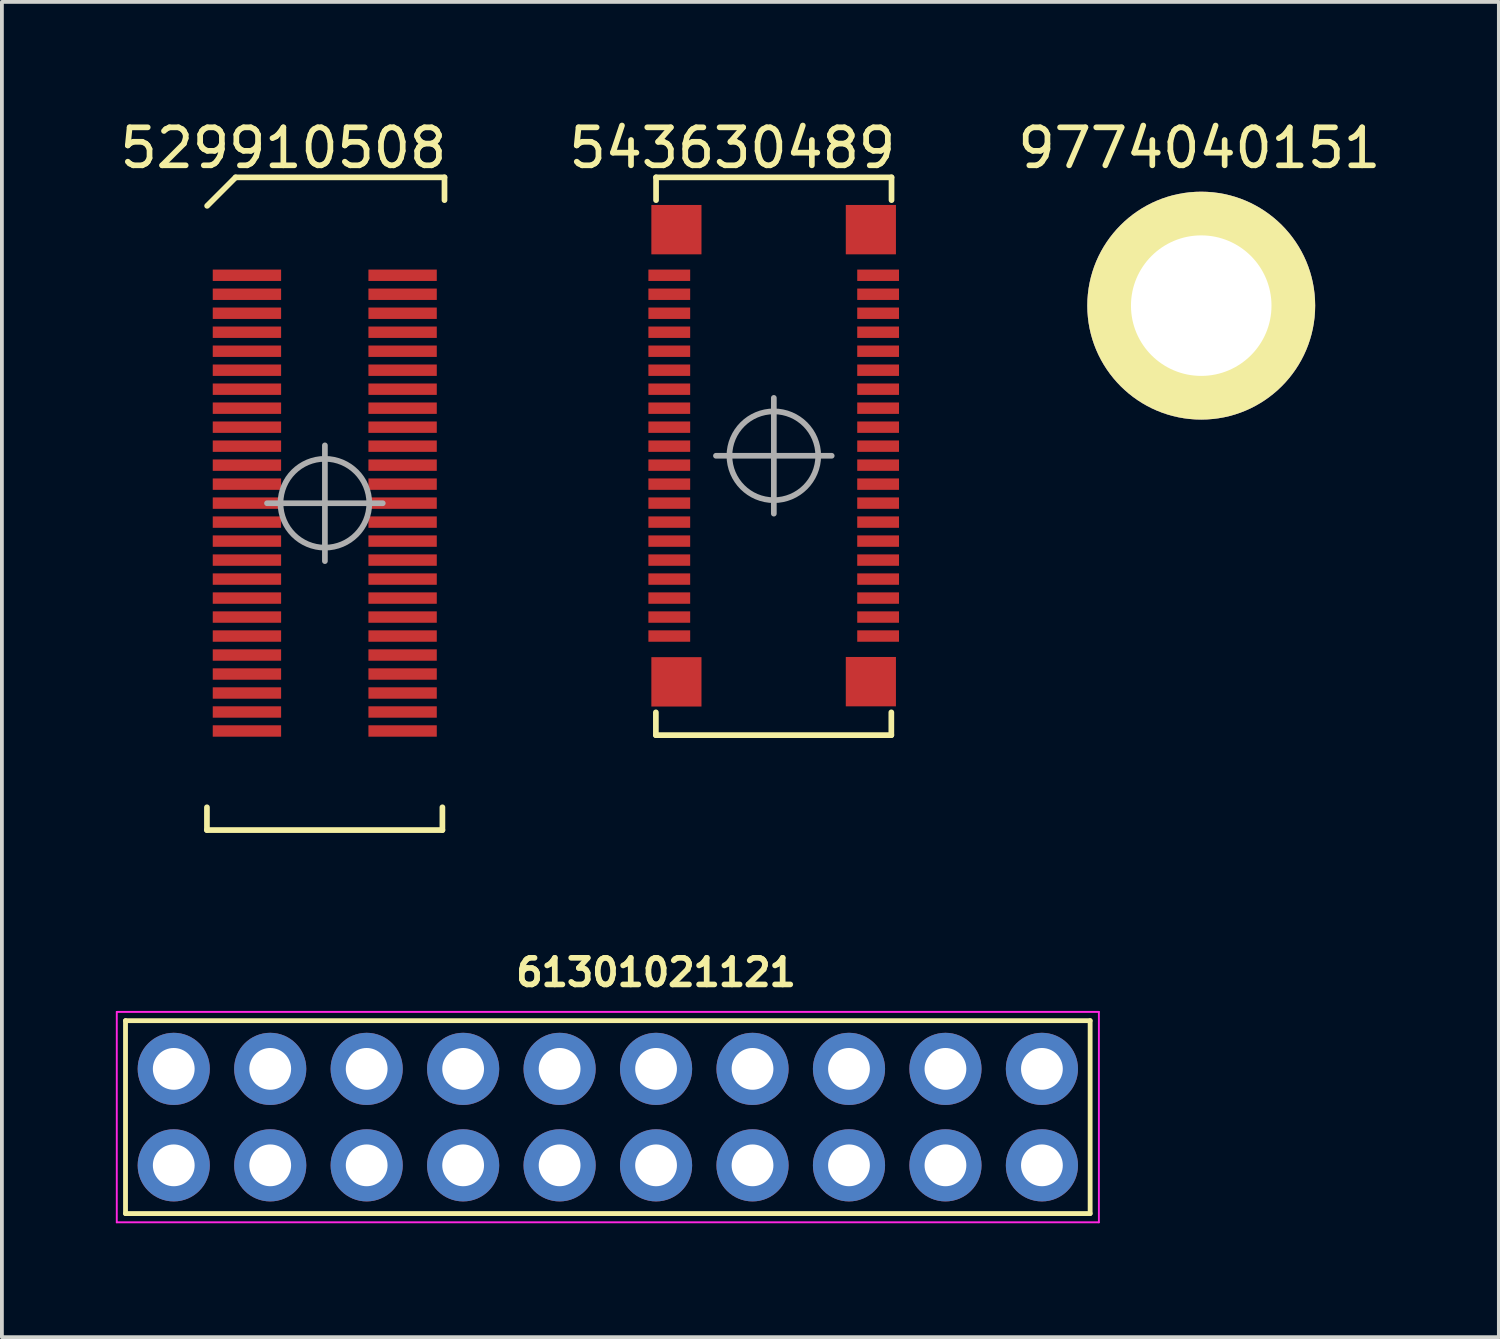
<source format=kicad_pcb>
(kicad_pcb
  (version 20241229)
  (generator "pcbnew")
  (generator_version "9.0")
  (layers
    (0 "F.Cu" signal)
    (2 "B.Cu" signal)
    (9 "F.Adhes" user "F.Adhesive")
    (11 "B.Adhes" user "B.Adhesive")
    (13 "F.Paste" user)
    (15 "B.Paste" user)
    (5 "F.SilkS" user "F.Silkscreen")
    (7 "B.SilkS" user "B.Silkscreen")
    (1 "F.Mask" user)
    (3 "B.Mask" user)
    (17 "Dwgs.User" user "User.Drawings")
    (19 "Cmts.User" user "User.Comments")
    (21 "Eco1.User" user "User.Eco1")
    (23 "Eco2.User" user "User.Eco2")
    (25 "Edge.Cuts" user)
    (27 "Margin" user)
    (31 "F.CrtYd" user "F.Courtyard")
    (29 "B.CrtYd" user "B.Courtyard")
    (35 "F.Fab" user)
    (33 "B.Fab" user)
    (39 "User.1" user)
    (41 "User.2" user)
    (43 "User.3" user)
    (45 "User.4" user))
  (footprint "61301021121"
    (layer "F.Cu")
    (at 12.955 27.635)
    (property "Reference" "61301021121" (at 1.27 -5.08 0) (layer "F.SilkS") (effects (font (size 0.7 0.7) (thickness 0.15))))
    (attr through_hole)
    (fp_line (start -12.7 -3.81) (end -12.7 1.27) (stroke (width 0.127) (type solid)) (layer "F.SilkS"))
    (fp_line (start -12.7 1.27) (end 12.7 1.27) (stroke (width 0.127) (type solid)) (layer "F.SilkS"))
    (fp_line (start 12.7 -3.81) (end -12.7 -3.81) (stroke (width 0.127) (type solid)) (layer "F.SilkS"))
    (fp_line (start 12.7 1.27) (end 12.7 -3.81) (stroke (width 0.127) (type solid)) (layer "F.SilkS"))
    (fp_line (start -12.93 -4.04) (end 12.93 -4.04) (stroke (width 0.05) (type solid)) (layer "F.CrtYd"))
    (fp_line (start -12.93 1.5) (end -12.93 -4.04) (stroke (width 0.05) (type solid)) (layer "F.CrtYd"))
    (fp_line (start 12.93 -4.04) (end 12.93 1.5) (stroke (width 0.05) (type solid)) (layer "F.CrtYd"))
    (fp_line (start 12.93 1.5) (end -12.93 1.5) (stroke (width 0.05) (type solid)) (layer "F.CrtYd"))
    (pad "1" thru_hole circle (at -11.43 -2.54) (size 1.9 1.9) (drill 1.1) (layers "*.Cu" "*.Mask"))
    (pad "2" thru_hole circle (at -11.43 0) (size 1.9 1.9) (drill 1.1) (layers "*.Cu" "*.Mask"))
    (pad "3" thru_hole circle (at -8.89 -2.54) (size 1.9 1.9) (drill 1.1) (layers "*.Cu" "*.Mask"))
    (pad "4" thru_hole circle (at -8.89 0) (size 1.9 1.9) (drill 1.1) (layers "*.Cu" "*.Mask"))
    (pad "5" thru_hole circle (at -6.35 -2.54) (size 1.9 1.9) (drill 1.1) (layers "*.Cu" "*.Mask"))
    (pad "6" thru_hole circle (at -6.35 0) (size 1.9 1.9) (drill 1.1) (layers "*.Cu" "*.Mask"))
    (pad "7" thru_hole circle (at -3.81 -2.54) (size 1.9 1.9) (drill 1.1) (layers "*.Cu" "*.Mask"))
    (pad "8" thru_hole circle (at -3.81 0) (size 1.9 1.9) (drill 1.1) (layers "*.Cu" "*.Mask"))
    (pad "9" thru_hole circle (at -1.27 -2.54) (size 1.9 1.9) (drill 1.1) (layers "*.Cu" "*.Mask"))
    (pad "10" thru_hole circle (at -1.27 0) (size 1.9 1.9) (drill 1.1) (layers "*.Cu" "*.Mask"))
    (pad "11" thru_hole circle (at 1.27 -2.54) (size 1.9 1.9) (drill 1.1) (layers "*.Cu" "*.Mask"))
    (pad "12" thru_hole circle (at 1.27 0) (size 1.9 1.9) (drill 1.1) (layers "*.Cu" "*.Mask"))
    (pad "13" thru_hole circle (at 3.81 -2.54) (size 1.9 1.9) (drill 1.1) (layers "*.Cu" "*.Mask"))
    (pad "14" thru_hole circle (at 3.81 0) (size 1.9 1.9) (drill 1.1) (layers "*.Cu" "*.Mask"))
    (pad "15" thru_hole circle (at 6.35 -2.54) (size 1.9 1.9) (drill 1.1) (layers "*.Cu" "*.Mask"))
    (pad "16" thru_hole circle (at 6.35 0) (size 1.9 1.9) (drill 1.1) (layers "*.Cu" "*.Mask"))
    (pad "17" thru_hole circle (at 8.89 -2.54 180) (size 1.9 1.9) (drill 1.1) (layers "*.Cu" "*.Mask"))
    (pad "18" thru_hole circle (at 8.89 0 180) (size 1.9 1.9) (drill 1.1) (layers "*.Cu" "*.Mask"))
    (pad "19" thru_hole circle (at 11.43 -2.54 180) (size 1.9 1.9) (drill 1.1) (layers "*.Cu" "*.Mask"))
    (pad "20" thru_hole circle (at 11.43 0 180) (size 1.9 1.9) (drill 1.1) (layers "*.Cu" "*.Mask")))
  (footprint "529910508"
    (layer "F.Cu")
    (at 5.508 8.946)
    (property "Reference" "529910508" (at -1.097 -8.098 0) (layer "F.SilkS") (effects (font (size 1 1) (thickness 0.15))))
    (attr smd)
    (fp_line (start -3.109 9.861) (end -3.109 9.261) (stroke (width 0.15) (type solid)) (layer "F.SilkS"))
    (fp_line (start -3.104 -6.576) (end -2.354 -7.326) (stroke (width 0.15) (type solid)) (layer "F.SilkS"))
    (fp_line (start -2.354 -7.326) (end 3.146 -7.326) (stroke (width 0.15) (type solid)) (layer "F.SilkS"))
    (fp_line (start 3.091 9.261) (end 3.091 9.861) (stroke (width 0.15) (type solid)) (layer "F.SilkS"))
    (fp_line (start 3.091 9.861) (end -3.109 9.861) (stroke (width 0.15) (type solid)) (layer "F.SilkS"))
    (fp_line (start 3.146 -6.726) (end 3.146 -7.326) (stroke (width 0.15) (type solid)) (layer "F.SilkS"))
    (fp_line (start -0.003 1.255) (end -1.527 1.255) (stroke (width 0.15) (type solid)) (layer "F.Fab"))
    (fp_line (start -0.003 1.255) (end -0.003 -0.269) (stroke (width 0.15) (type solid)) (layer "F.Fab"))
    (fp_line (start -0.003 1.255) (end -0.003 2.779) (stroke (width 0.15) (type solid)) (layer "F.Fab"))
    (fp_line (start -0.003 1.255) (end 1.521 1.255) (stroke (width 0.15) (type solid)) (layer "F.Fab"))
    (fp_circle (center -0.003 1.255) (end 1.166 1.255) (stroke (width 0.15) (type solid)) (fill no) (layer "F.Fab"))
    (pad "1" smd rect (at -2.056 -4.748 90) (size 0.3 1.8) (layers "F.Cu" "F.Mask" "F.Paste"))
    (pad "2" smd rect (at -2.056 -4.248 90) (size 0.3 1.8) (layers "F.Cu" "F.Mask" "F.Paste"))
    (pad "3" smd rect (at -2.056 -3.748 90) (size 0.3 1.8) (layers "F.Cu" "F.Mask" "F.Paste"))
    (pad "4" smd rect (at -2.056 -3.248 90) (size 0.3 1.8) (layers "F.Cu" "F.Mask" "F.Paste"))
    (pad "5" smd rect (at -2.056 -2.748 90) (size 0.3 1.8) (layers "F.Cu" "F.Mask" "F.Paste"))
    (pad "6" smd rect (at -2.056 -2.248 90) (size 0.3 1.8) (layers "F.Cu" "F.Mask" "F.Paste"))
    (pad "7" smd rect (at -2.056 -1.748 90) (size 0.3 1.8) (layers "F.Cu" "F.Mask" "F.Paste"))
    (pad "8" smd rect (at -2.056 -1.248 90) (size 0.3 1.8) (layers "F.Cu" "F.Mask" "F.Paste"))
    (pad "9" smd rect (at -2.056 -0.748 90) (size 0.3 1.8) (layers "F.Cu" "F.Mask" "F.Paste"))
    (pad "10" smd rect (at -2.056 -0.248 90) (size 0.3 1.8) (layers "F.Cu" "F.Mask" "F.Paste"))
    (pad "11" smd rect (at -2.056 0.252 90) (size 0.3 1.8) (layers "F.Cu" "F.Mask" "F.Paste"))
    (pad "12" smd rect (at -2.056 0.752 90) (size 0.3 1.8) (layers "F.Cu" "F.Mask" "F.Paste"))
    (pad "13" smd rect (at -2.056 1.252 90) (size 0.3 1.8) (layers "F.Cu" "F.Mask" "F.Paste"))
    (pad "14" smd rect (at -2.056 1.752 90) (size 0.3 1.8) (layers "F.Cu" "F.Mask" "F.Paste"))
    (pad "15" smd rect (at -2.056 2.252 90) (size 0.3 1.8) (layers "F.Cu" "F.Mask" "F.Paste"))
    (pad "16" smd rect (at -2.056 2.752 90) (size 0.3 1.8) (layers "F.Cu" "F.Mask" "F.Paste"))
    (pad "17" smd rect (at -2.056 3.252 90) (size 0.3 1.8) (layers "F.Cu" "F.Mask" "F.Paste"))
    (pad "18" smd rect (at -2.056 3.752 90) (size 0.3 1.8) (layers "F.Cu" "F.Mask" "F.Paste"))
    (pad "19" smd rect (at -2.056 4.252 90) (size 0.3 1.8) (layers "F.Cu" "F.Mask" "F.Paste"))
    (pad "20" smd rect (at -2.056 4.752 90) (size 0.3 1.8) (layers "F.Cu" "F.Mask" "F.Paste"))
    (pad "21" smd rect (at -2.056 5.252 90) (size 0.3 1.8) (layers "F.Cu" "F.Mask" "F.Paste"))
    (pad "22" smd rect (at -2.056 5.752 90) (size 0.3 1.8) (layers "F.Cu" "F.Mask" "F.Paste"))
    (pad "23" smd rect (at -2.056 6.252 90) (size 0.3 1.8) (layers "F.Cu" "F.Mask" "F.Paste"))
    (pad "24" smd rect (at -2.056 6.752 90) (size 0.3 1.8) (layers "F.Cu" "F.Mask" "F.Paste"))
    (pad "25" smd rect (at -2.056 7.252 90) (size 0.3 1.8) (layers "F.Cu" "F.Mask" "F.Paste"))
    (pad "26" smd rect (at 2.043 -4.748 90) (size 0.3 1.8) (layers "F.Cu" "F.Mask" "F.Paste"))
    (pad "27" smd rect (at 2.043 -4.248 90) (size 0.3 1.8) (layers "F.Cu" "F.Mask" "F.Paste"))
    (pad "28" smd rect (at 2.043 -3.748 90) (size 0.3 1.8) (layers "F.Cu" "F.Mask" "F.Paste"))
    (pad "29" smd rect (at 2.043 -3.248 90) (size 0.3 1.8) (layers "F.Cu" "F.Mask" "F.Paste"))
    (pad "30" smd rect (at 2.043 -2.748 90) (size 0.3 1.8) (layers "F.Cu" "F.Mask" "F.Paste"))
    (pad "31" smd rect (at 2.043 -2.248 90) (size 0.3 1.8) (layers "F.Cu" "F.Mask" "F.Paste"))
    (pad "32" smd rect (at 2.043 -1.748 90) (size 0.3 1.8) (layers "F.Cu" "F.Mask" "F.Paste"))
    (pad "33" smd rect (at 2.043 -1.248 90) (size 0.3 1.8) (layers "F.Cu" "F.Mask" "F.Paste"))
    (pad "34" smd rect (at 2.043 -0.748 90) (size 0.3 1.8) (layers "F.Cu" "F.Mask" "F.Paste"))
    (pad "35" smd rect (at 2.043 -0.248 90) (size 0.3 1.8) (layers "F.Cu" "F.Mask" "F.Paste"))
    (pad "36" smd rect (at 2.043 0.252 90) (size 0.3 1.8) (layers "F.Cu" "F.Mask" "F.Paste"))
    (pad "37" smd rect (at 2.043 0.752 90) (size 0.3 1.8) (layers "F.Cu" "F.Mask" "F.Paste"))
    (pad "38" smd rect (at 2.043 1.252 90) (size 0.3 1.8) (layers "F.Cu" "F.Mask" "F.Paste"))
    (pad "39" smd rect (at 2.043 1.752 90) (size 0.3 1.8) (layers "F.Cu" "F.Mask" "F.Paste"))
    (pad "40" smd rect (at 2.043 2.252 90) (size 0.3 1.8) (layers "F.Cu" "F.Mask" "F.Paste"))
    (pad "41" smd rect (at 2.043 2.752 90) (size 0.3 1.8) (layers "F.Cu" "F.Mask" "F.Paste"))
    (pad "42" smd rect (at 2.043 3.252 90) (size 0.3 1.8) (layers "F.Cu" "F.Mask" "F.Paste"))
    (pad "43" smd rect (at 2.043 3.752 90) (size 0.3 1.8) (layers "F.Cu" "F.Mask" "F.Paste"))
    (pad "44" smd rect (at 2.043 4.252 90) (size 0.3 1.8) (layers "F.Cu" "F.Mask" "F.Paste"))
    (pad "45" smd rect (at 2.043 4.752 90) (size 0.3 1.8) (layers "F.Cu" "F.Mask" "F.Paste"))
    (pad "46" smd rect (at 2.043 5.252 90) (size 0.3 1.8) (layers "F.Cu" "F.Mask" "F.Paste"))
    (pad "47" smd rect (at 2.043 5.752 90) (size 0.3 1.8) (layers "F.Cu" "F.Mask" "F.Paste"))
    (pad "48" smd rect (at 2.043 6.252 90) (size 0.3 1.8) (layers "F.Cu" "F.Mask" "F.Paste"))
    (pad "49" smd rect (at 2.043 6.752 90) (size 0.3 1.8) (layers "F.Cu" "F.Mask" "F.Paste"))
    (pad "50" smd rect (at 2.043 7.252 90) (size 0.3 1.8) (layers "F.Cu" "F.Mask" "F.Paste")))
  (footprint "543630489"
    (layer "F.Cu")
    (at 17.329 8.946)
    (property "Reference" "543630489" (at -1.097 -8.098 0) (layer "F.SilkS") (effects (font (size 1 1) (thickness 0.15))))
    (attr smd)
    (fp_line (start -3.109 7.361) (end -3.109 6.761) (stroke (width 0.15) (type solid)) (layer "F.SilkS"))
    (fp_line (start -3.104 -7.326) (end 3.096 -7.326) (stroke (width 0.15) (type solid)) (layer "F.SilkS"))
    (fp_line (start -3.104 -6.726) (end -3.104 -7.326) (stroke (width 0.15) (type solid)) (layer "F.SilkS"))
    (fp_line (start 3.091 6.761) (end 3.091 7.361) (stroke (width 0.15) (type solid)) (layer "F.SilkS"))
    (fp_line (start 3.091 7.361) (end -3.109 7.361) (stroke (width 0.15) (type solid)) (layer "F.SilkS"))
    (fp_line (start 3.096 -7.326) (end 3.096 -6.726) (stroke (width 0.15) (type solid)) (layer "F.SilkS"))
    (fp_line (start -0.003 0.005) (end -1.527 0.005) (stroke (width 0.15) (type solid)) (layer "F.Fab"))
    (fp_line (start -0.003 0.005) (end -0.003 -1.519) (stroke (width 0.15) (type solid)) (layer "F.Fab"))
    (fp_line (start -0.003 0.005) (end -0.003 1.529) (stroke (width 0.15) (type solid)) (layer "F.Fab"))
    (fp_line (start -0.003 0.005) (end 1.521 0.005) (stroke (width 0.15) (type solid)) (layer "F.Fab"))
    (fp_circle (center -0.003 0.005) (end 1.166 0.005) (stroke (width 0.15) (type solid)) (fill no) (layer "F.Fab"))
    (pad "" smd rect (at -2.568 -5.949 90) (size 1.3 1.32) (layers "F.Cu" "F.Mask" "F.Paste"))
    (pad "" smd rect (at -2.568 5.958 90) (size 1.3 1.32) (layers "F.Cu" "F.Mask" "F.Paste"))
    (pad "" smd rect (at 2.552 -5.949 90) (size 1.3 1.32) (layers "F.Cu" "F.Mask" "F.Paste"))
    (pad "" smd rect (at 2.552 5.953 90) (size 1.3 1.32) (layers "F.Cu" "F.Mask" "F.Paste"))
    (pad "1" smd rect (at -2.756 -4.748 90) (size 0.3 1.1) (layers "F.Cu" "F.Mask" "F.Paste"))
    (pad "2" smd rect (at -2.756 -4.248 90) (size 0.3 1.1) (layers "F.Cu" "F.Mask" "F.Paste"))
    (pad "3" smd rect (at -2.756 -3.748 90) (size 0.3 1.1) (layers "F.Cu" "F.Mask" "F.Paste"))
    (pad "4" smd rect (at -2.756 -3.248 90) (size 0.3 1.1) (layers "F.Cu" "F.Mask" "F.Paste"))
    (pad "5" smd rect (at -2.756 -2.748 90) (size 0.3 1.1) (layers "F.Cu" "F.Mask" "F.Paste"))
    (pad "6" smd rect (at -2.756 -2.248 90) (size 0.3 1.1) (layers "F.Cu" "F.Mask" "F.Paste"))
    (pad "7" smd rect (at -2.756 -1.748 90) (size 0.3 1.1) (layers "F.Cu" "F.Mask" "F.Paste"))
    (pad "8" smd rect (at -2.756 -1.248 90) (size 0.3 1.1) (layers "F.Cu" "F.Mask" "F.Paste"))
    (pad "9" smd rect (at -2.756 -0.748 90) (size 0.3 1.1) (layers "F.Cu" "F.Mask" "F.Paste"))
    (pad "10" smd rect (at -2.756 -0.248 90) (size 0.3 1.1) (layers "F.Cu" "F.Mask" "F.Paste"))
    (pad "11" smd rect (at -2.756 0.252 90) (size 0.3 1.1) (layers "F.Cu" "F.Mask" "F.Paste"))
    (pad "12" smd rect (at -2.756 0.752 90) (size 0.3 1.1) (layers "F.Cu" "F.Mask" "F.Paste"))
    (pad "13" smd rect (at -2.756 1.252 90) (size 0.3 1.1) (layers "F.Cu" "F.Mask" "F.Paste"))
    (pad "14" smd rect (at -2.756 1.752 90) (size 0.3 1.1) (layers "F.Cu" "F.Mask" "F.Paste"))
    (pad "15" smd rect (at -2.756 2.252 90) (size 0.3 1.1) (layers "F.Cu" "F.Mask" "F.Paste"))
    (pad "16" smd rect (at -2.756 2.752 90) (size 0.3 1.1) (layers "F.Cu" "F.Mask" "F.Paste"))
    (pad "17" smd rect (at -2.756 3.252 90) (size 0.3 1.1) (layers "F.Cu" "F.Mask" "F.Paste"))
    (pad "18" smd rect (at -2.756 3.752 90) (size 0.3 1.1) (layers "F.Cu" "F.Mask" "F.Paste"))
    (pad "19" smd rect (at -2.756 4.252 90) (size 0.3 1.1) (layers "F.Cu" "F.Mask" "F.Paste"))
    (pad "20" smd rect (at -2.756 4.752 90) (size 0.3 1.1) (layers "F.Cu" "F.Mask" "F.Paste"))
    (pad "21" smd rect (at 2.743 -4.748 90) (size 0.3 1.1) (layers "F.Cu" "F.Mask" "F.Paste"))
    (pad "22" smd rect (at 2.743 -4.248 90) (size 0.3 1.1) (layers "F.Cu" "F.Mask" "F.Paste"))
    (pad "23" smd rect (at 2.743 -3.748 90) (size 0.3 1.1) (layers "F.Cu" "F.Mask" "F.Paste"))
    (pad "24" smd rect (at 2.743 -3.248 90) (size 0.3 1.1) (layers "F.Cu" "F.Mask" "F.Paste"))
    (pad "25" smd rect (at 2.743 -2.748 90) (size 0.3 1.1) (layers "F.Cu" "F.Mask" "F.Paste"))
    (pad "26" smd rect (at 2.743 -2.248 90) (size 0.3 1.1) (layers "F.Cu" "F.Mask" "F.Paste"))
    (pad "27" smd rect (at 2.743 -1.748 90) (size 0.3 1.1) (layers "F.Cu" "F.Mask" "F.Paste"))
    (pad "28" smd rect (at 2.743 -1.248 90) (size 0.3 1.1) (layers "F.Cu" "F.Mask" "F.Paste"))
    (pad "29" smd rect (at 2.743 -0.748 90) (size 0.3 1.1) (layers "F.Cu" "F.Mask" "F.Paste"))
    (pad "30" smd rect (at 2.743 -0.248 90) (size 0.3 1.1) (layers "F.Cu" "F.Mask" "F.Paste"))
    (pad "31" smd rect (at 2.743 0.252 90) (size 0.3 1.1) (layers "F.Cu" "F.Mask" "F.Paste"))
    (pad "32" smd rect (at 2.743 0.752 90) (size 0.3 1.1) (layers "F.Cu" "F.Mask" "F.Paste"))
    (pad "33" smd rect (at 2.743 1.252 90) (size 0.3 1.1) (layers "F.Cu" "F.Mask" "F.Paste"))
    (pad "34" smd rect (at 2.743 1.752 90) (size 0.3 1.1) (layers "F.Cu" "F.Mask" "F.Paste"))
    (pad "35" smd rect (at 2.743 2.252 90) (size 0.3 1.1) (layers "F.Cu" "F.Mask" "F.Paste"))
    (pad "36" smd rect (at 2.743 2.752 90) (size 0.3 1.1) (layers "F.Cu" "F.Mask" "F.Paste"))
    (pad "37" smd rect (at 2.743 3.252 90) (size 0.3 1.1) (layers "F.Cu" "F.Mask" "F.Paste"))
    (pad "38" smd rect (at 2.743 3.752 90) (size 0.3 1.1) (layers "F.Cu" "F.Mask" "F.Paste"))
    (pad "39" smd rect (at 2.743 4.252 90) (size 0.3 1.1) (layers "F.Cu" "F.Mask" "F.Paste"))
    (pad "40" smd rect (at 2.743 4.752 90) (size 0.3 1.1) (layers "F.Cu" "F.Mask" "F.Paste")))
  (footprint "9774040151"
    (layer "F.Cu")
    (at 28.53 5.048)
    (property "Reference" "9774040151" (at 0 -4.2 0) (layer "F.SilkS") (effects (font (size 1 1) (thickness 0.15))))
    (attr through_hole)
    (pad "1" thru_hole circle (at 0.05 -0.05) (size 6 6) (drill 3.7) (layers "*.Cu" "F.Mask" "F.SilkS")))
  (gr_rect
    (start -3 -3)
    (end 36.417 32.16)
    (stroke (width 0.1) (type default))
    (fill no)
    (layer "Edge.Cuts")))
</source>
